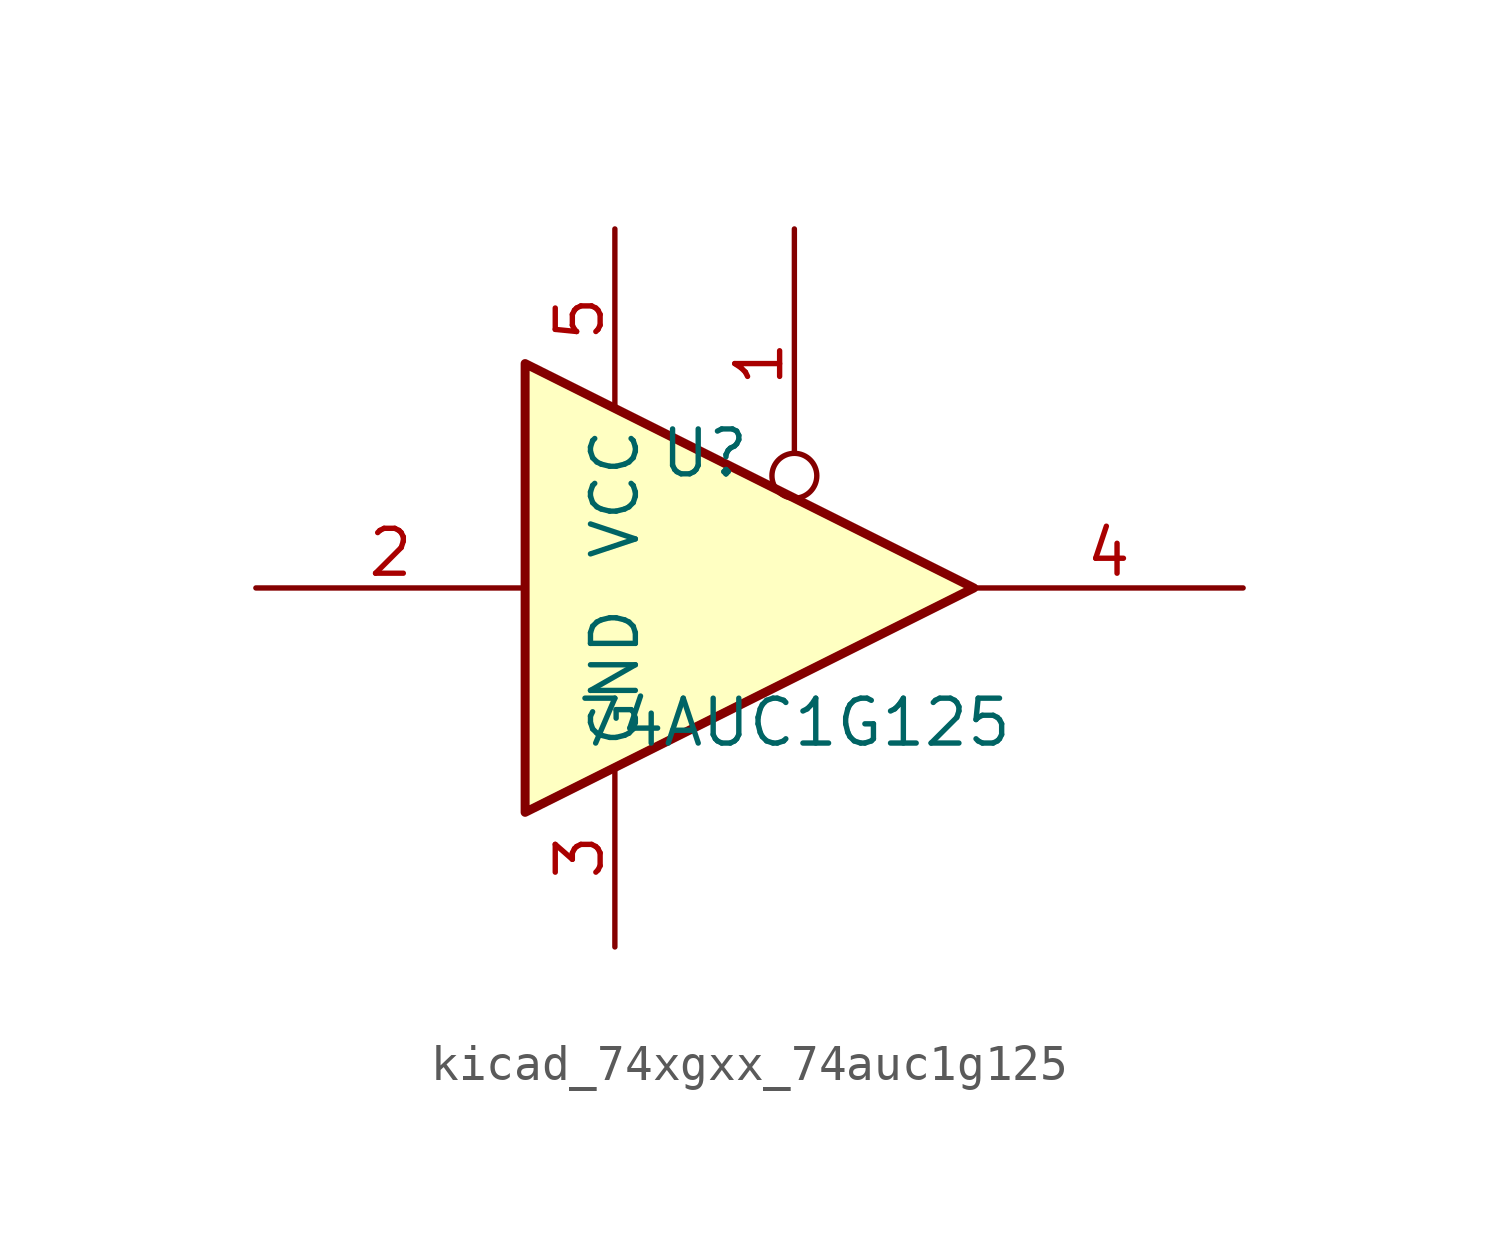
<source format=kicad_sym>
(kicad_symbol_lib
  (version 20220914)
  (generator kicad_symbol_editor)
  (symbol "kicad_74xgxx_74auc1g125"
    (property "Reference" "U"
      (at -2.54 3.81 0)
      (effects (font (size 1.27 1.27))))
    (property "Value" "74AUC1G125"
      (at 0 -3.81 0)
      (effects (font (size 1.27 1.27))))
    (symbol "kicad_74xgxx_74auc1g125_0_1"
      (polyline (pts (xy -7.62 6.35) (xy -7.62 -6.35) (xy 5.08 0) (xy -7.62 6.35)) (stroke (width 0.254) (type default)) (fill (type background))))
    (symbol "kicad_74xgxx_74auc1g125_1_1"
      (pin input inverted (at 0 10.16 270) (length 7.62) (name "~" (effects (font (size 1.27 1.27)))) (number "1" (effects (font (size 1.27 1.27)))))
      (pin input line (at -15.24 0 0) (length 7.62) (name "~" (effects (font (size 1.27 1.27)))) (number "2" (effects (font (size 1.27 1.27)))))
      (pin power_in line (at -5.08 -10.16 90) (length 5.08) (name "GND" (effects (font (size 1.27 1.27)))) (number "3" (effects (font (size 1.27 1.27)))))
      (pin tri_state line (at 12.7 0 180) (length 7.62) (name "~" (effects (font (size 1.27 1.27)))) (number "4" (effects (font (size 1.27 1.27)))))
      (pin power_in line (at -5.08 10.16 270) (length 5.08) (name "VCC" (effects (font (size 1.27 1.27)))) (number "5" (effects (font (size 1.27 1.27))))))))
</source>
